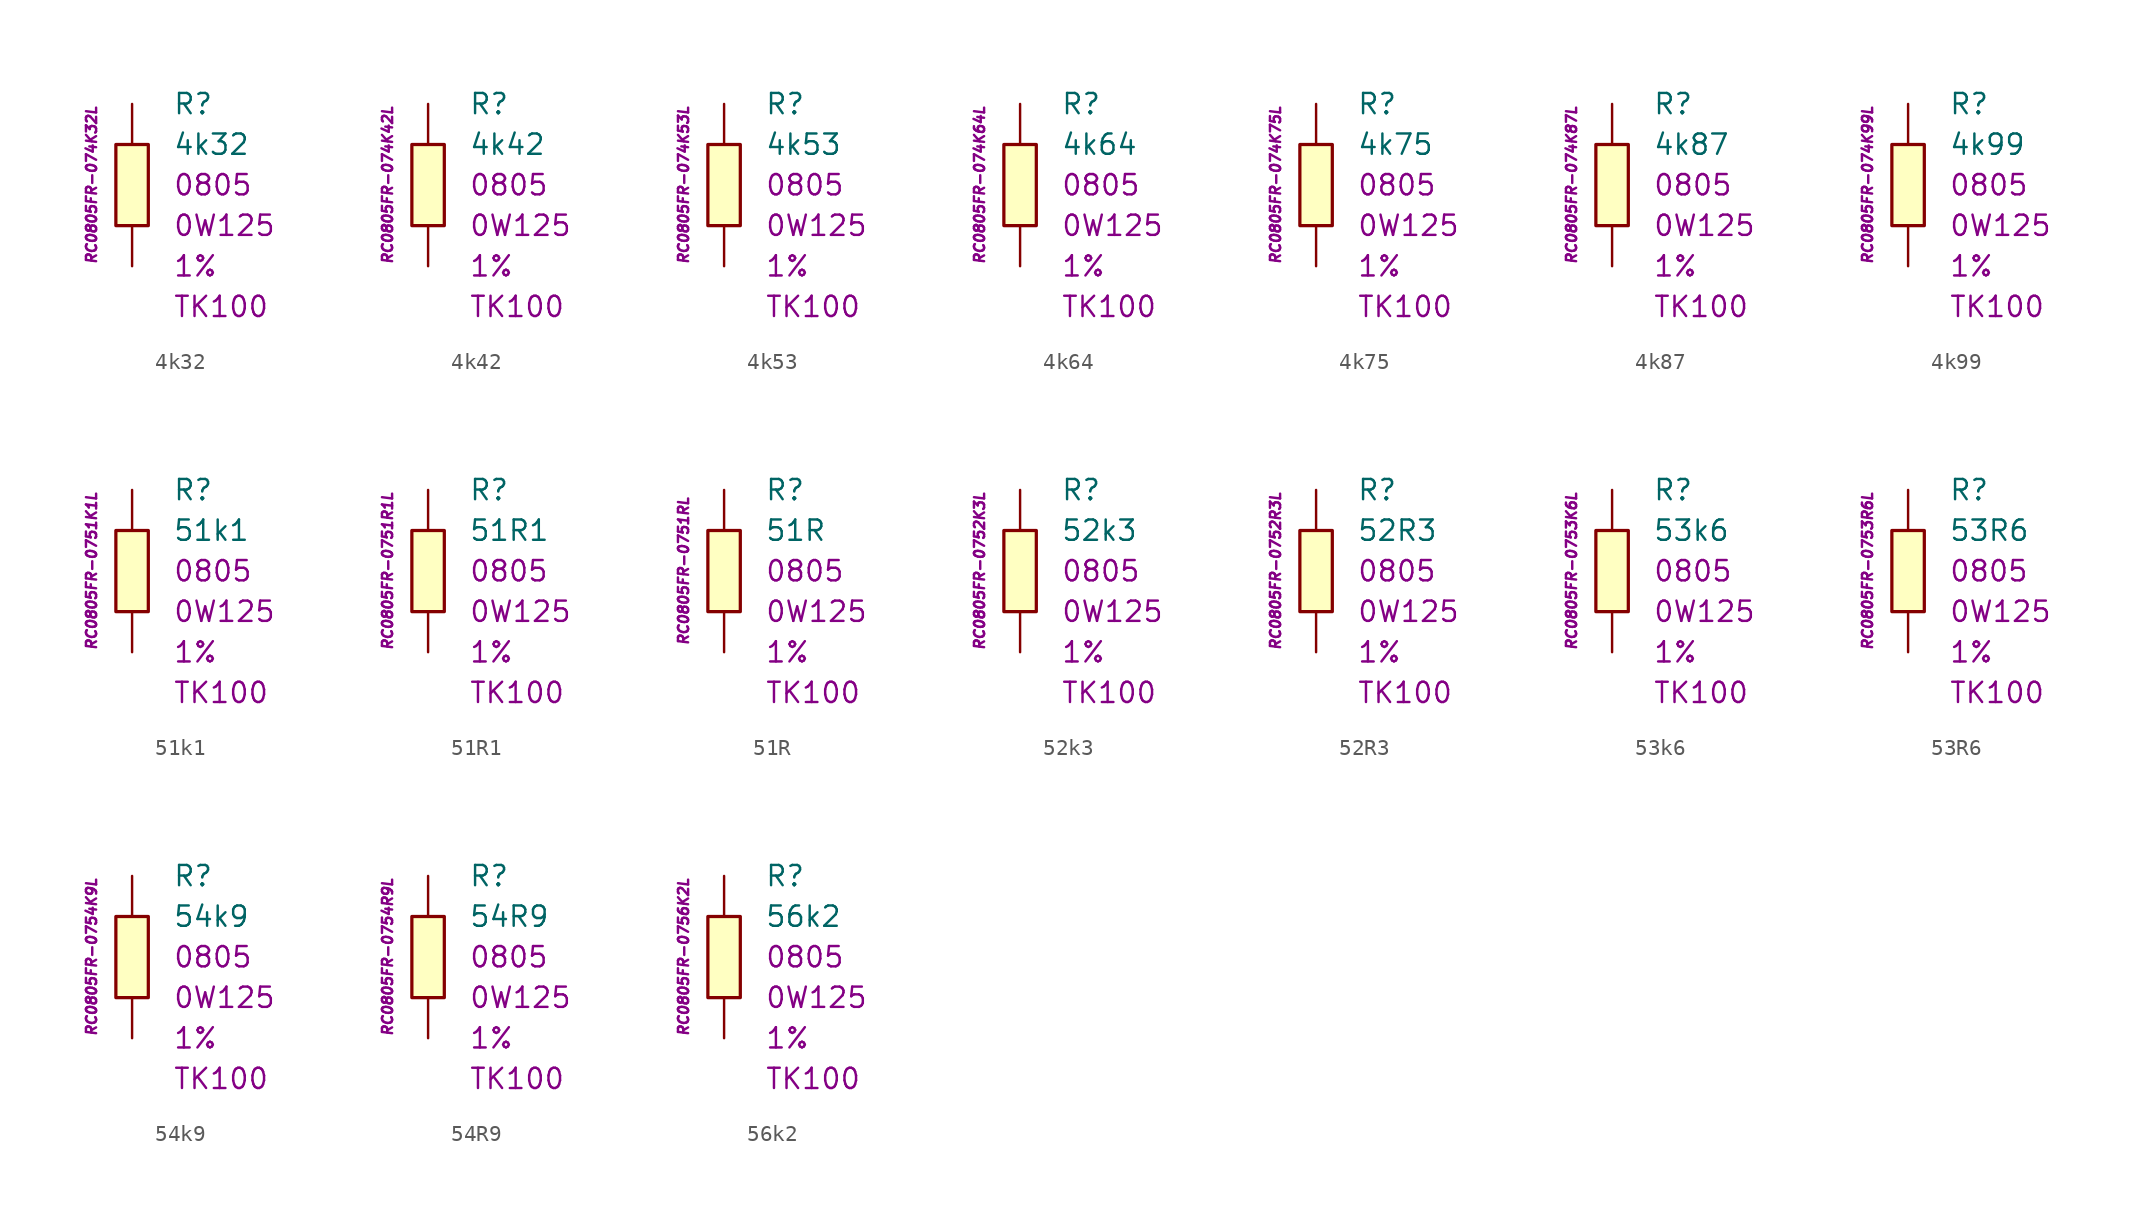
<source format=kicad_sym>
(kicad_symbol_lib
  (version 20201005)
  (generator kicad_symbol_editor)
  (symbol "4k32"
    (pin_numbers hide)
    (pin_names
      (offset 1.016) hide)
    (property "Reference" "R"
      (at 2.54 5.08 0)
      (effects (font (size 1.27 1.27)) (justify left)))
    (property "Value" "4k32"
      (at 2.54 2.54 0)
      (effects (font (size 1.27 1.27)) (justify left)))
    (property "Package" "0805"
      (at 2.54 0 0)
      (effects (font (size 1.27 1.27)) (justify left)))
    (property "Power" "0W125"
      (at 2.54 -2.54 0)
      (effects (font (size 1.27 1.27)) (justify left)))
    (property "Tolerance" "1%"
      (at 2.54 -5.08 0)
      (effects (font (size 1.27 1.27)) (justify left)))
    (property "TK" "TK100"
      (at 2.54 -7.62 0)
      (effects (font (size 1.27 1.27)) (justify left)))
    (property "ID" "RC0805FR-074K32L"
      (at -2.54 0 90)
      (effects (font (size 0.635 0.635) italic)))
    (symbol "4k32_0_1"
      (rectangle (start -1.016 2.54) (end 1.016 -2.54) (stroke (width 0.203)) (fill (type background))))
    (symbol "4k32_1_1"
      (pin passive line (at 0 5.08 270) (length 2.54) (name "~" (effects (font (size 1.778 1.778)))) (number "1" (effects (font (size 1.778 1.778)))))
      (pin passive line (at 0 -5.08 90) (length 2.54) (name "~" (effects (font (size 1.778 1.778)))) (number "2" (effects (font (size 1.778 1.778)))))))
  (symbol "4k42"
    (pin_numbers hide)
    (pin_names
      (offset 1.016) hide)
    (property "Reference" "R"
      (at 2.54 5.08 0)
      (effects (font (size 1.27 1.27)) (justify left)))
    (property "Value" "4k42"
      (at 2.54 2.54 0)
      (effects (font (size 1.27 1.27)) (justify left)))
    (property "Package" "0805"
      (at 2.54 0 0)
      (effects (font (size 1.27 1.27)) (justify left)))
    (property "Power" "0W125"
      (at 2.54 -2.54 0)
      (effects (font (size 1.27 1.27)) (justify left)))
    (property "Tolerance" "1%"
      (at 2.54 -5.08 0)
      (effects (font (size 1.27 1.27)) (justify left)))
    (property "TK" "TK100"
      (at 2.54 -7.62 0)
      (effects (font (size 1.27 1.27)) (justify left)))
    (property "ID" "RC0805FR-074K42L"
      (at -2.54 0 90)
      (effects (font (size 0.635 0.635) italic)))
    (symbol "4k42_0_1"
      (rectangle (start -1.016 2.54) (end 1.016 -2.54) (stroke (width 0.203)) (fill (type background))))
    (symbol "4k42_1_1"
      (pin passive line (at 0 5.08 270) (length 2.54) (name "~" (effects (font (size 1.778 1.778)))) (number "1" (effects (font (size 1.778 1.778)))))
      (pin passive line (at 0 -5.08 90) (length 2.54) (name "~" (effects (font (size 1.778 1.778)))) (number "2" (effects (font (size 1.778 1.778)))))))
  (symbol "4k53"
    (pin_numbers hide)
    (pin_names
      (offset 1.016) hide)
    (property "Reference" "R"
      (at 2.54 5.08 0)
      (effects (font (size 1.27 1.27)) (justify left)))
    (property "Value" "4k53"
      (at 2.54 2.54 0)
      (effects (font (size 1.27 1.27)) (justify left)))
    (property "Package" "0805"
      (at 2.54 0 0)
      (effects (font (size 1.27 1.27)) (justify left)))
    (property "Power" "0W125"
      (at 2.54 -2.54 0)
      (effects (font (size 1.27 1.27)) (justify left)))
    (property "Tolerance" "1%"
      (at 2.54 -5.08 0)
      (effects (font (size 1.27 1.27)) (justify left)))
    (property "TK" "TK100"
      (at 2.54 -7.62 0)
      (effects (font (size 1.27 1.27)) (justify left)))
    (property "ID" "RC0805FR-074K53L"
      (at -2.54 0 90)
      (effects (font (size 0.635 0.635) italic)))
    (symbol "4k53_0_1"
      (rectangle (start -1.016 2.54) (end 1.016 -2.54) (stroke (width 0.203)) (fill (type background))))
    (symbol "4k53_1_1"
      (pin passive line (at 0 5.08 270) (length 2.54) (name "~" (effects (font (size 1.778 1.778)))) (number "1" (effects (font (size 1.778 1.778)))))
      (pin passive line (at 0 -5.08 90) (length 2.54) (name "~" (effects (font (size 1.778 1.778)))) (number "2" (effects (font (size 1.778 1.778)))))))
  (symbol "4k64"
    (pin_numbers hide)
    (pin_names
      (offset 1.016) hide)
    (property "Reference" "R"
      (at 2.54 5.08 0)
      (effects (font (size 1.27 1.27)) (justify left)))
    (property "Value" "4k64"
      (at 2.54 2.54 0)
      (effects (font (size 1.27 1.27)) (justify left)))
    (property "Package" "0805"
      (at 2.54 0 0)
      (effects (font (size 1.27 1.27)) (justify left)))
    (property "Power" "0W125"
      (at 2.54 -2.54 0)
      (effects (font (size 1.27 1.27)) (justify left)))
    (property "Tolerance" "1%"
      (at 2.54 -5.08 0)
      (effects (font (size 1.27 1.27)) (justify left)))
    (property "TK" "TK100"
      (at 2.54 -7.62 0)
      (effects (font (size 1.27 1.27)) (justify left)))
    (property "ID" "RC0805FR-074K64L"
      (at -2.54 0 90)
      (effects (font (size 0.635 0.635) italic)))
    (symbol "4k64_0_1"
      (rectangle (start -1.016 2.54) (end 1.016 -2.54) (stroke (width 0.203)) (fill (type background))))
    (symbol "4k64_1_1"
      (pin passive line (at 0 5.08 270) (length 2.54) (name "~" (effects (font (size 1.778 1.778)))) (number "1" (effects (font (size 1.778 1.778)))))
      (pin passive line (at 0 -5.08 90) (length 2.54) (name "~" (effects (font (size 1.778 1.778)))) (number "2" (effects (font (size 1.778 1.778)))))))
  (symbol "4k75"
    (pin_numbers hide)
    (pin_names
      (offset 1.016) hide)
    (property "Reference" "R"
      (at 2.54 5.08 0)
      (effects (font (size 1.27 1.27)) (justify left)))
    (property "Value" "4k75"
      (at 2.54 2.54 0)
      (effects (font (size 1.27 1.27)) (justify left)))
    (property "Package" "0805"
      (at 2.54 0 0)
      (effects (font (size 1.27 1.27)) (justify left)))
    (property "Power" "0W125"
      (at 2.54 -2.54 0)
      (effects (font (size 1.27 1.27)) (justify left)))
    (property "Tolerance" "1%"
      (at 2.54 -5.08 0)
      (effects (font (size 1.27 1.27)) (justify left)))
    (property "TK" "TK100"
      (at 2.54 -7.62 0)
      (effects (font (size 1.27 1.27)) (justify left)))
    (property "ID" "RC0805FR-074K75L"
      (at -2.54 0 90)
      (effects (font (size 0.635 0.635) italic)))
    (symbol "4k75_0_1"
      (rectangle (start -1.016 2.54) (end 1.016 -2.54) (stroke (width 0.203)) (fill (type background))))
    (symbol "4k75_1_1"
      (pin passive line (at 0 5.08 270) (length 2.54) (name "~" (effects (font (size 1.778 1.778)))) (number "1" (effects (font (size 1.778 1.778)))))
      (pin passive line (at 0 -5.08 90) (length 2.54) (name "~" (effects (font (size 1.778 1.778)))) (number "2" (effects (font (size 1.778 1.778)))))))
  (symbol "4k87"
    (pin_numbers hide)
    (pin_names
      (offset 1.016) hide)
    (property "Reference" "R"
      (at 2.54 5.08 0)
      (effects (font (size 1.27 1.27)) (justify left)))
    (property "Value" "4k87"
      (at 2.54 2.54 0)
      (effects (font (size 1.27 1.27)) (justify left)))
    (property "Package" "0805"
      (at 2.54 0 0)
      (effects (font (size 1.27 1.27)) (justify left)))
    (property "Power" "0W125"
      (at 2.54 -2.54 0)
      (effects (font (size 1.27 1.27)) (justify left)))
    (property "Tolerance" "1%"
      (at 2.54 -5.08 0)
      (effects (font (size 1.27 1.27)) (justify left)))
    (property "TK" "TK100"
      (at 2.54 -7.62 0)
      (effects (font (size 1.27 1.27)) (justify left)))
    (property "ID" "RC0805FR-074K87L"
      (at -2.54 0 90)
      (effects (font (size 0.635 0.635) italic)))
    (symbol "4k87_0_1"
      (rectangle (start -1.016 2.54) (end 1.016 -2.54) (stroke (width 0.203)) (fill (type background))))
    (symbol "4k87_1_1"
      (pin passive line (at 0 5.08 270) (length 2.54) (name "~" (effects (font (size 1.778 1.778)))) (number "1" (effects (font (size 1.778 1.778)))))
      (pin passive line (at 0 -5.08 90) (length 2.54) (name "~" (effects (font (size 1.778 1.778)))) (number "2" (effects (font (size 1.778 1.778)))))))
  (symbol "4k99"
    (pin_numbers hide)
    (pin_names
      (offset 1.016) hide)
    (property "Reference" "R"
      (at 2.54 5.08 0)
      (effects (font (size 1.27 1.27)) (justify left)))
    (property "Value" "4k99"
      (at 2.54 2.54 0)
      (effects (font (size 1.27 1.27)) (justify left)))
    (property "Package" "0805"
      (at 2.54 0 0)
      (effects (font (size 1.27 1.27)) (justify left)))
    (property "Power" "0W125"
      (at 2.54 -2.54 0)
      (effects (font (size 1.27 1.27)) (justify left)))
    (property "Tolerance" "1%"
      (at 2.54 -5.08 0)
      (effects (font (size 1.27 1.27)) (justify left)))
    (property "TK" "TK100"
      (at 2.54 -7.62 0)
      (effects (font (size 1.27 1.27)) (justify left)))
    (property "ID" "RC0805FR-074K99L"
      (at -2.54 0 90)
      (effects (font (size 0.635 0.635) italic)))
    (symbol "4k99_0_1"
      (rectangle (start -1.016 2.54) (end 1.016 -2.54) (stroke (width 0.203)) (fill (type background))))
    (symbol "4k99_1_1"
      (pin passive line (at 0 5.08 270) (length 2.54) (name "~" (effects (font (size 1.778 1.778)))) (number "1" (effects (font (size 1.778 1.778)))))
      (pin passive line (at 0 -5.08 90) (length 2.54) (name "~" (effects (font (size 1.778 1.778)))) (number "2" (effects (font (size 1.778 1.778)))))))
  (symbol "51k1"
    (pin_numbers hide)
    (pin_names
      (offset 1.016) hide)
    (property "Reference" "R"
      (at 2.54 5.08 0)
      (effects (font (size 1.27 1.27)) (justify left)))
    (property "Value" "51k1"
      (at 2.54 2.54 0)
      (effects (font (size 1.27 1.27)) (justify left)))
    (property "Package" "0805"
      (at 2.54 0 0)
      (effects (font (size 1.27 1.27)) (justify left)))
    (property "Power" "0W125"
      (at 2.54 -2.54 0)
      (effects (font (size 1.27 1.27)) (justify left)))
    (property "Tolerance" "1%"
      (at 2.54 -5.08 0)
      (effects (font (size 1.27 1.27)) (justify left)))
    (property "TK" "TK100"
      (at 2.54 -7.62 0)
      (effects (font (size 1.27 1.27)) (justify left)))
    (property "ID" "RC0805FR-0751K1L"
      (at -2.54 0 90)
      (effects (font (size 0.635 0.635) italic)))
    (symbol "51k1_0_1"
      (rectangle (start -1.016 2.54) (end 1.016 -2.54) (stroke (width 0.203)) (fill (type background))))
    (symbol "51k1_1_1"
      (pin passive line (at 0 5.08 270) (length 2.54) (name "~" (effects (font (size 1.778 1.778)))) (number "1" (effects (font (size 1.778 1.778)))))
      (pin passive line (at 0 -5.08 90) (length 2.54) (name "~" (effects (font (size 1.778 1.778)))) (number "2" (effects (font (size 1.778 1.778)))))))
  (symbol "51R1"
    (pin_numbers hide)
    (pin_names
      (offset 1.016) hide)
    (property "Reference" "R"
      (at 2.54 5.08 0)
      (effects (font (size 1.27 1.27)) (justify left)))
    (property "Value" "51R1"
      (at 2.54 2.54 0)
      (effects (font (size 1.27 1.27)) (justify left)))
    (property "Package" "0805"
      (at 2.54 0 0)
      (effects (font (size 1.27 1.27)) (justify left)))
    (property "Power" "0W125"
      (at 2.54 -2.54 0)
      (effects (font (size 1.27 1.27)) (justify left)))
    (property "Tolerance" "1%"
      (at 2.54 -5.08 0)
      (effects (font (size 1.27 1.27)) (justify left)))
    (property "TK" "TK100"
      (at 2.54 -7.62 0)
      (effects (font (size 1.27 1.27)) (justify left)))
    (property "ID" "RC0805FR-0751R1L"
      (at -2.54 0 90)
      (effects (font (size 0.635 0.635) italic)))
    (symbol "51R1_0_1"
      (rectangle (start -1.016 2.54) (end 1.016 -2.54) (stroke (width 0.203)) (fill (type background))))
    (symbol "51R1_1_1"
      (pin passive line (at 0 5.08 270) (length 2.54) (name "~" (effects (font (size 1.778 1.778)))) (number "1" (effects (font (size 1.778 1.778)))))
      (pin passive line (at 0 -5.08 90) (length 2.54) (name "~" (effects (font (size 1.778 1.778)))) (number "2" (effects (font (size 1.778 1.778)))))))
  (symbol "51R"
    (pin_numbers hide)
    (pin_names
      (offset 1.016) hide)
    (property "Reference" "R"
      (at 2.54 5.08 0)
      (effects (font (size 1.27 1.27)) (justify left)))
    (property "Value" "51R"
      (at 2.54 2.54 0)
      (effects (font (size 1.27 1.27)) (justify left)))
    (property "Package" "0805"
      (at 2.54 0 0)
      (effects (font (size 1.27 1.27)) (justify left)))
    (property "Power" "0W125"
      (at 2.54 -2.54 0)
      (effects (font (size 1.27 1.27)) (justify left)))
    (property "Tolerance" "1%"
      (at 2.54 -5.08 0)
      (effects (font (size 1.27 1.27)) (justify left)))
    (property "TK" "TK100"
      (at 2.54 -7.62 0)
      (effects (font (size 1.27 1.27)) (justify left)))
    (property "ID" "RC0805FR-0751RL"
      (at -2.54 0 90)
      (effects (font (size 0.635 0.635) italic)))
    (symbol "51R_0_1"
      (rectangle (start -1.016 2.54) (end 1.016 -2.54) (stroke (width 0.203)) (fill (type background))))
    (symbol "51R_1_1"
      (pin passive line (at 0 5.08 270) (length 2.54) (name "~" (effects (font (size 1.778 1.778)))) (number "1" (effects (font (size 1.778 1.778)))))
      (pin passive line (at 0 -5.08 90) (length 2.54) (name "~" (effects (font (size 1.778 1.778)))) (number "2" (effects (font (size 1.778 1.778)))))))
  (symbol "52k3"
    (pin_numbers hide)
    (pin_names
      (offset 1.016) hide)
    (property "Reference" "R"
      (at 2.54 5.08 0)
      (effects (font (size 1.27 1.27)) (justify left)))
    (property "Value" "52k3"
      (at 2.54 2.54 0)
      (effects (font (size 1.27 1.27)) (justify left)))
    (property "Package" "0805"
      (at 2.54 0 0)
      (effects (font (size 1.27 1.27)) (justify left)))
    (property "Power" "0W125"
      (at 2.54 -2.54 0)
      (effects (font (size 1.27 1.27)) (justify left)))
    (property "Tolerance" "1%"
      (at 2.54 -5.08 0)
      (effects (font (size 1.27 1.27)) (justify left)))
    (property "TK" "TK100"
      (at 2.54 -7.62 0)
      (effects (font (size 1.27 1.27)) (justify left)))
    (property "ID" "RC0805FR-0752K3L"
      (at -2.54 0 90)
      (effects (font (size 0.635 0.635) italic)))
    (symbol "52k3_0_1"
      (rectangle (start -1.016 2.54) (end 1.016 -2.54) (stroke (width 0.203)) (fill (type background))))
    (symbol "52k3_1_1"
      (pin passive line (at 0 5.08 270) (length 2.54) (name "~" (effects (font (size 1.778 1.778)))) (number "1" (effects (font (size 1.778 1.778)))))
      (pin passive line (at 0 -5.08 90) (length 2.54) (name "~" (effects (font (size 1.778 1.778)))) (number "2" (effects (font (size 1.778 1.778)))))))
  (symbol "52R3"
    (pin_numbers hide)
    (pin_names
      (offset 1.016) hide)
    (property "Reference" "R"
      (at 2.54 5.08 0)
      (effects (font (size 1.27 1.27)) (justify left)))
    (property "Value" "52R3"
      (at 2.54 2.54 0)
      (effects (font (size 1.27 1.27)) (justify left)))
    (property "Package" "0805"
      (at 2.54 0 0)
      (effects (font (size 1.27 1.27)) (justify left)))
    (property "Power" "0W125"
      (at 2.54 -2.54 0)
      (effects (font (size 1.27 1.27)) (justify left)))
    (property "Tolerance" "1%"
      (at 2.54 -5.08 0)
      (effects (font (size 1.27 1.27)) (justify left)))
    (property "TK" "TK100"
      (at 2.54 -7.62 0)
      (effects (font (size 1.27 1.27)) (justify left)))
    (property "ID" "RC0805FR-0752R3L"
      (at -2.54 0 90)
      (effects (font (size 0.635 0.635) italic)))
    (symbol "52R3_0_1"
      (rectangle (start -1.016 2.54) (end 1.016 -2.54) (stroke (width 0.203)) (fill (type background))))
    (symbol "52R3_1_1"
      (pin passive line (at 0 5.08 270) (length 2.54) (name "~" (effects (font (size 1.778 1.778)))) (number "1" (effects (font (size 1.778 1.778)))))
      (pin passive line (at 0 -5.08 90) (length 2.54) (name "~" (effects (font (size 1.778 1.778)))) (number "2" (effects (font (size 1.778 1.778)))))))
  (symbol "53k6"
    (pin_numbers hide)
    (pin_names
      (offset 1.016) hide)
    (property "Reference" "R"
      (at 2.54 5.08 0)
      (effects (font (size 1.27 1.27)) (justify left)))
    (property "Value" "53k6"
      (at 2.54 2.54 0)
      (effects (font (size 1.27 1.27)) (justify left)))
    (property "Package" "0805"
      (at 2.54 0 0)
      (effects (font (size 1.27 1.27)) (justify left)))
    (property "Power" "0W125"
      (at 2.54 -2.54 0)
      (effects (font (size 1.27 1.27)) (justify left)))
    (property "Tolerance" "1%"
      (at 2.54 -5.08 0)
      (effects (font (size 1.27 1.27)) (justify left)))
    (property "TK" "TK100"
      (at 2.54 -7.62 0)
      (effects (font (size 1.27 1.27)) (justify left)))
    (property "ID" "RC0805FR-0753K6L"
      (at -2.54 0 90)
      (effects (font (size 0.635 0.635) italic)))
    (symbol "53k6_0_1"
      (rectangle (start -1.016 2.54) (end 1.016 -2.54) (stroke (width 0.203)) (fill (type background))))
    (symbol "53k6_1_1"
      (pin passive line (at 0 5.08 270) (length 2.54) (name "~" (effects (font (size 1.778 1.778)))) (number "1" (effects (font (size 1.778 1.778)))))
      (pin passive line (at 0 -5.08 90) (length 2.54) (name "~" (effects (font (size 1.778 1.778)))) (number "2" (effects (font (size 1.778 1.778)))))))
  (symbol "53R6"
    (pin_numbers hide)
    (pin_names
      (offset 1.016) hide)
    (property "Reference" "R"
      (at 2.54 5.08 0)
      (effects (font (size 1.27 1.27)) (justify left)))
    (property "Value" "53R6"
      (at 2.54 2.54 0)
      (effects (font (size 1.27 1.27)) (justify left)))
    (property "Package" "0805"
      (at 2.54 0 0)
      (effects (font (size 1.27 1.27)) (justify left)))
    (property "Power" "0W125"
      (at 2.54 -2.54 0)
      (effects (font (size 1.27 1.27)) (justify left)))
    (property "Tolerance" "1%"
      (at 2.54 -5.08 0)
      (effects (font (size 1.27 1.27)) (justify left)))
    (property "TK" "TK100"
      (at 2.54 -7.62 0)
      (effects (font (size 1.27 1.27)) (justify left)))
    (property "ID" "RC0805FR-0753R6L"
      (at -2.54 0 90)
      (effects (font (size 0.635 0.635) italic)))
    (symbol "53R6_0_1"
      (rectangle (start -1.016 2.54) (end 1.016 -2.54) (stroke (width 0.203)) (fill (type background))))
    (symbol "53R6_1_1"
      (pin passive line (at 0 5.08 270) (length 2.54) (name "~" (effects (font (size 1.778 1.778)))) (number "1" (effects (font (size 1.778 1.778)))))
      (pin passive line (at 0 -5.08 90) (length 2.54) (name "~" (effects (font (size 1.778 1.778)))) (number "2" (effects (font (size 1.778 1.778)))))))
  (symbol "54k9"
    (pin_numbers hide)
    (pin_names
      (offset 1.016) hide)
    (property "Reference" "R"
      (at 2.54 5.08 0)
      (effects (font (size 1.27 1.27)) (justify left)))
    (property "Value" "54k9"
      (at 2.54 2.54 0)
      (effects (font (size 1.27 1.27)) (justify left)))
    (property "Package" "0805"
      (at 2.54 0 0)
      (effects (font (size 1.27 1.27)) (justify left)))
    (property "Power" "0W125"
      (at 2.54 -2.54 0)
      (effects (font (size 1.27 1.27)) (justify left)))
    (property "Tolerance" "1%"
      (at 2.54 -5.08 0)
      (effects (font (size 1.27 1.27)) (justify left)))
    (property "TK" "TK100"
      (at 2.54 -7.62 0)
      (effects (font (size 1.27 1.27)) (justify left)))
    (property "ID" "RC0805FR-0754K9L"
      (at -2.54 0 90)
      (effects (font (size 0.635 0.635) italic)))
    (symbol "54k9_0_1"
      (rectangle (start -1.016 2.54) (end 1.016 -2.54) (stroke (width 0.203)) (fill (type background))))
    (symbol "54k9_1_1"
      (pin passive line (at 0 5.08 270) (length 2.54) (name "~" (effects (font (size 1.778 1.778)))) (number "1" (effects (font (size 1.778 1.778)))))
      (pin passive line (at 0 -5.08 90) (length 2.54) (name "~" (effects (font (size 1.778 1.778)))) (number "2" (effects (font (size 1.778 1.778)))))))
  (symbol "54R9"
    (pin_numbers hide)
    (pin_names
      (offset 1.016) hide)
    (property "Reference" "R"
      (at 2.54 5.08 0)
      (effects (font (size 1.27 1.27)) (justify left)))
    (property "Value" "54R9"
      (at 2.54 2.54 0)
      (effects (font (size 1.27 1.27)) (justify left)))
    (property "Package" "0805"
      (at 2.54 0 0)
      (effects (font (size 1.27 1.27)) (justify left)))
    (property "Power" "0W125"
      (at 2.54 -2.54 0)
      (effects (font (size 1.27 1.27)) (justify left)))
    (property "Tolerance" "1%"
      (at 2.54 -5.08 0)
      (effects (font (size 1.27 1.27)) (justify left)))
    (property "TK" "TK100"
      (at 2.54 -7.62 0)
      (effects (font (size 1.27 1.27)) (justify left)))
    (property "ID" "RC0805FR-0754R9L"
      (at -2.54 0 90)
      (effects (font (size 0.635 0.635) italic)))
    (symbol "54R9_0_1"
      (rectangle (start -1.016 2.54) (end 1.016 -2.54) (stroke (width 0.203)) (fill (type background))))
    (symbol "54R9_1_1"
      (pin passive line (at 0 5.08 270) (length 2.54) (name "~" (effects (font (size 1.778 1.778)))) (number "1" (effects (font (size 1.778 1.778)))))
      (pin passive line (at 0 -5.08 90) (length 2.54) (name "~" (effects (font (size 1.778 1.778)))) (number "2" (effects (font (size 1.778 1.778)))))))
  (symbol "56k2"
    (pin_numbers hide)
    (pin_names
      (offset 1.016) hide)
    (property "Reference" "R"
      (at 2.54 5.08 0)
      (effects (font (size 1.27 1.27)) (justify left)))
    (property "Value" "56k2"
      (at 2.54 2.54 0)
      (effects (font (size 1.27 1.27)) (justify left)))
    (property "Package" "0805"
      (at 2.54 0 0)
      (effects (font (size 1.27 1.27)) (justify left)))
    (property "Power" "0W125"
      (at 2.54 -2.54 0)
      (effects (font (size 1.27 1.27)) (justify left)))
    (property "Tolerance" "1%"
      (at 2.54 -5.08 0)
      (effects (font (size 1.27 1.27)) (justify left)))
    (property "TK" "TK100"
      (at 2.54 -7.62 0)
      (effects (font (size 1.27 1.27)) (justify left)))
    (property "ID" "RC0805FR-0756K2L"
      (at -2.54 0 90)
      (effects (font (size 0.635 0.635) italic)))
    (symbol "56k2_0_1"
      (rectangle (start -1.016 2.54) (end 1.016 -2.54) (stroke (width 0.203)) (fill (type background))))
    (symbol "56k2_1_1"
      (pin passive line (at 0 5.08 270) (length 2.54) (name "~" (effects (font (size 1.778 1.778)))) (number "1" (effects (font (size 1.778 1.778)))))
      (pin passive line (at 0 -5.08 90) (length 2.54) (name "~" (effects (font (size 1.778 1.778)))) (number "2" (effects (font (size 1.778 1.778))))))))
</source>
